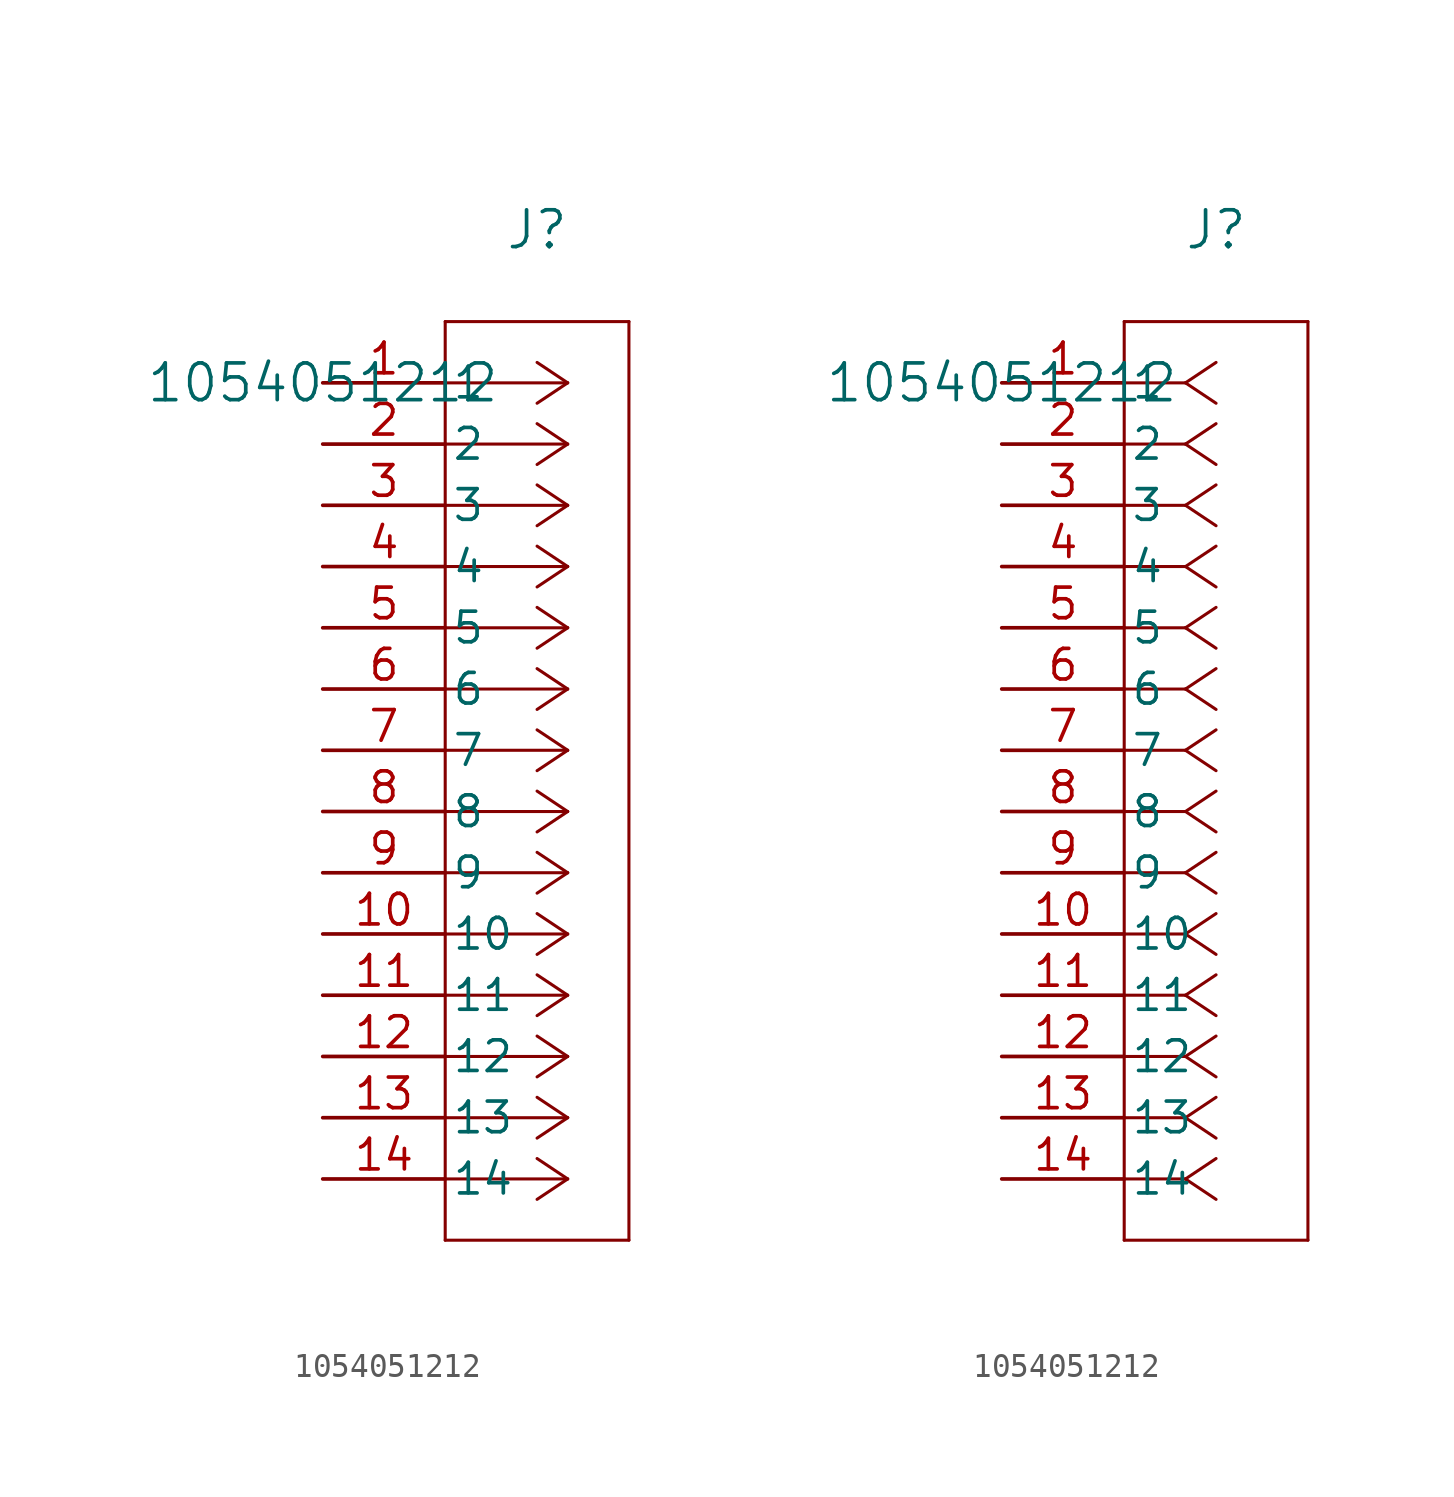
<source format=kicad_sym>
(kicad_symbol_lib
  (version 20211014)
  (generator kicad_symbol_editor)
  (symbol "1054051212"
    (pin_names
      (offset 0.254))
    (property "Reference" "J"
      (at 8.89 6.35 0)
      (effects (font (size 1.524 1.524))))
    (property "Value" "1054051212"
      (at 0 0 0)
      (effects (font (size 1.524 1.524))))
    (symbol "1054051212_1_1"
      (polyline (pts (xy 10.16 0) (xy 5.08 0)) (stroke (width 0.127) (type default) (color 0 0 0 0)) (fill (type none)))
      (polyline (pts (xy 10.16 -2.54) (xy 5.08 -2.54)) (stroke (width 0.127) (type default) (color 0 0 0 0)) (fill (type none)))
      (polyline (pts (xy 10.16 -5.08) (xy 5.08 -5.08)) (stroke (width 0.127) (type default) (color 0 0 0 0)) (fill (type none)))
      (polyline (pts (xy 10.16 -7.62) (xy 5.08 -7.62)) (stroke (width 0.127) (type default) (color 0 0 0 0)) (fill (type none)))
      (polyline (pts (xy 10.16 -10.16) (xy 5.08 -10.16)) (stroke (width 0.127) (type default) (color 0 0 0 0)) (fill (type none)))
      (polyline (pts (xy 10.16 -12.7) (xy 5.08 -12.7)) (stroke (width 0.127) (type default) (color 0 0 0 0)) (fill (type none)))
      (polyline (pts (xy 10.16 -15.24) (xy 5.08 -15.24)) (stroke (width 0.127) (type default) (color 0 0 0 0)) (fill (type none)))
      (polyline (pts (xy 10.16 -17.78) (xy 5.08 -17.78)) (stroke (width 0.127) (type default) (color 0 0 0 0)) (fill (type none)))
      (polyline (pts (xy 10.16 -20.32) (xy 5.08 -20.32)) (stroke (width 0.127) (type default) (color 0 0 0 0)) (fill (type none)))
      (polyline (pts (xy 10.16 -22.86) (xy 5.08 -22.86)) (stroke (width 0.127) (type default) (color 0 0 0 0)) (fill (type none)))
      (polyline (pts (xy 10.16 -25.4) (xy 5.08 -25.4)) (stroke (width 0.127) (type default) (color 0 0 0 0)) (fill (type none)))
      (polyline (pts (xy 10.16 -27.94) (xy 5.08 -27.94)) (stroke (width 0.127) (type default) (color 0 0 0 0)) (fill (type none)))
      (polyline (pts (xy 10.16 -30.48) (xy 5.08 -30.48)) (stroke (width 0.127) (type default) (color 0 0 0 0)) (fill (type none)))
      (polyline (pts (xy 10.16 -33.02) (xy 5.08 -33.02)) (stroke (width 0.127) (type default) (color 0 0 0 0)) (fill (type none)))
      (polyline (pts (xy 10.16 0) (xy 8.89 0.847)) (stroke (width 0.127) (type default) (color 0 0 0 0)) (fill (type none)))
      (polyline (pts (xy 10.16 -2.54) (xy 8.89 -1.693)) (stroke (width 0.127) (type default) (color 0 0 0 0)) (fill (type none)))
      (polyline (pts (xy 10.16 -5.08) (xy 8.89 -4.233)) (stroke (width 0.127) (type default) (color 0 0 0 0)) (fill (type none)))
      (polyline (pts (xy 10.16 -7.62) (xy 8.89 -6.773)) (stroke (width 0.127) (type default) (color 0 0 0 0)) (fill (type none)))
      (polyline (pts (xy 10.16 -10.16) (xy 8.89 -9.313)) (stroke (width 0.127) (type default) (color 0 0 0 0)) (fill (type none)))
      (polyline (pts (xy 10.16 -12.7) (xy 8.89 -11.853)) (stroke (width 0.127) (type default) (color 0 0 0 0)) (fill (type none)))
      (polyline (pts (xy 10.16 -15.24) (xy 8.89 -14.393)) (stroke (width 0.127) (type default) (color 0 0 0 0)) (fill (type none)))
      (polyline (pts (xy 10.16 -17.78) (xy 8.89 -16.933)) (stroke (width 0.127) (type default) (color 0 0 0 0)) (fill (type none)))
      (polyline (pts (xy 10.16 -20.32) (xy 8.89 -19.473)) (stroke (width 0.127) (type default) (color 0 0 0 0)) (fill (type none)))
      (polyline (pts (xy 10.16 -22.86) (xy 8.89 -22.013)) (stroke (width 0.127) (type default) (color 0 0 0 0)) (fill (type none)))
      (polyline (pts (xy 10.16 -25.4) (xy 8.89 -24.553)) (stroke (width 0.127) (type default) (color 0 0 0 0)) (fill (type none)))
      (polyline (pts (xy 10.16 -27.94) (xy 8.89 -27.093)) (stroke (width 0.127) (type default) (color 0 0 0 0)) (fill (type none)))
      (polyline (pts (xy 10.16 -30.48) (xy 8.89 -29.633)) (stroke (width 0.127) (type default) (color 0 0 0 0)) (fill (type none)))
      (polyline (pts (xy 10.16 -33.02) (xy 8.89 -32.173)) (stroke (width 0.127) (type default) (color 0 0 0 0)) (fill (type none)))
      (polyline (pts (xy 10.16 0) (xy 8.89 -0.847)) (stroke (width 0.127) (type default) (color 0 0 0 0)) (fill (type none)))
      (polyline (pts (xy 10.16 -2.54) (xy 8.89 -3.387)) (stroke (width 0.127) (type default) (color 0 0 0 0)) (fill (type none)))
      (polyline (pts (xy 10.16 -5.08) (xy 8.89 -5.927)) (stroke (width 0.127) (type default) (color 0 0 0 0)) (fill (type none)))
      (polyline (pts (xy 10.16 -7.62) (xy 8.89 -8.467)) (stroke (width 0.127) (type default) (color 0 0 0 0)) (fill (type none)))
      (polyline (pts (xy 10.16 -10.16) (xy 8.89 -11.007)) (stroke (width 0.127) (type default) (color 0 0 0 0)) (fill (type none)))
      (polyline (pts (xy 10.16 -12.7) (xy 8.89 -13.547)) (stroke (width 0.127) (type default) (color 0 0 0 0)) (fill (type none)))
      (polyline (pts (xy 10.16 -15.24) (xy 8.89 -16.087)) (stroke (width 0.127) (type default) (color 0 0 0 0)) (fill (type none)))
      (polyline (pts (xy 10.16 -17.78) (xy 8.89 -18.627)) (stroke (width 0.127) (type default) (color 0 0 0 0)) (fill (type none)))
      (polyline (pts (xy 10.16 -20.32) (xy 8.89 -21.167)) (stroke (width 0.127) (type default) (color 0 0 0 0)) (fill (type none)))
      (polyline (pts (xy 10.16 -22.86) (xy 8.89 -23.707)) (stroke (width 0.127) (type default) (color 0 0 0 0)) (fill (type none)))
      (polyline (pts (xy 10.16 -25.4) (xy 8.89 -26.247)) (stroke (width 0.127) (type default) (color 0 0 0 0)) (fill (type none)))
      (polyline (pts (xy 10.16 -27.94) (xy 8.89 -28.787)) (stroke (width 0.127) (type default) (color 0 0 0 0)) (fill (type none)))
      (polyline (pts (xy 10.16 -30.48) (xy 8.89 -31.327)) (stroke (width 0.127) (type default) (color 0 0 0 0)) (fill (type none)))
      (polyline (pts (xy 10.16 -33.02) (xy 8.89 -33.867)) (stroke (width 0.127) (type default) (color 0 0 0 0)) (fill (type none)))
      (polyline (pts (xy 5.08 2.54) (xy 5.08 -35.56)) (stroke (width 0.127) (type default) (color 0 0 0 0)) (fill (type none)))
      (polyline (pts (xy 5.08 -35.56) (xy 12.7 -35.56)) (stroke (width 0.127) (type default) (color 0 0 0 0)) (fill (type none)))
      (polyline (pts (xy 12.7 -35.56) (xy 12.7 2.54)) (stroke (width 0.127) (type default) (color 0 0 0 0)) (fill (type none)))
      (polyline (pts (xy 12.7 2.54) (xy 5.08 2.54)) (stroke (width 0.127) (type default) (color 0 0 0 0)) (fill (type none)))
      (pin unspecified line (at 0 0 0) (length 5.08) (name "1" (effects (font (size 1.27 1.27)))) (number "1" (effects (font (size 1.27 1.27)))))
      (pin unspecified line (at 0 -2.54 0) (length 5.08) (name "2" (effects (font (size 1.27 1.27)))) (number "2" (effects (font (size 1.27 1.27)))))
      (pin unspecified line (at 0 -5.08 0) (length 5.08) (name "3" (effects (font (size 1.27 1.27)))) (number "3" (effects (font (size 1.27 1.27)))))
      (pin unspecified line (at 0 -7.62 0) (length 5.08) (name "4" (effects (font (size 1.27 1.27)))) (number "4" (effects (font (size 1.27 1.27)))))
      (pin unspecified line (at 0 -10.16 0) (length 5.08) (name "5" (effects (font (size 1.27 1.27)))) (number "5" (effects (font (size 1.27 1.27)))))
      (pin unspecified line (at 0 -12.7 0) (length 5.08) (name "6" (effects (font (size 1.27 1.27)))) (number "6" (effects (font (size 1.27 1.27)))))
      (pin unspecified line (at 0 -15.24 0) (length 5.08) (name "7" (effects (font (size 1.27 1.27)))) (number "7" (effects (font (size 1.27 1.27)))))
      (pin unspecified line (at 0 -17.78 0) (length 5.08) (name "8" (effects (font (size 1.27 1.27)))) (number "8" (effects (font (size 1.27 1.27)))))
      (pin unspecified line (at 0 -20.32 0) (length 5.08) (name "9" (effects (font (size 1.27 1.27)))) (number "9" (effects (font (size 1.27 1.27)))))
      (pin unspecified line (at 0 -22.86 0) (length 5.08) (name "10" (effects (font (size 1.27 1.27)))) (number "10" (effects (font (size 1.27 1.27)))))
      (pin unspecified line (at 0 -25.4 0) (length 5.08) (name "11" (effects (font (size 1.27 1.27)))) (number "11" (effects (font (size 1.27 1.27)))))
      (pin unspecified line (at 0 -27.94 0) (length 5.08) (name "12" (effects (font (size 1.27 1.27)))) (number "12" (effects (font (size 1.27 1.27)))))
      (pin unspecified line (at 0 -30.48 0) (length 5.08) (name "13" (effects (font (size 1.27 1.27)))) (number "13" (effects (font (size 1.27 1.27)))))
      (pin unspecified line (at 0 -33.02 0) (length 5.08) (name "14" (effects (font (size 1.27 1.27)))) (number "14" (effects (font (size 1.27 1.27))))))
    (symbol "1054051212_1_2"
      (polyline (pts (xy 7.62 0) (xy 5.08 0)) (stroke (width 0.127) (type default) (color 0 0 0 0)) (fill (type none)))
      (polyline (pts (xy 7.62 -2.54) (xy 5.08 -2.54)) (stroke (width 0.127) (type default) (color 0 0 0 0)) (fill (type none)))
      (polyline (pts (xy 7.62 -5.08) (xy 5.08 -5.08)) (stroke (width 0.127) (type default) (color 0 0 0 0)) (fill (type none)))
      (polyline (pts (xy 7.62 -7.62) (xy 5.08 -7.62)) (stroke (width 0.127) (type default) (color 0 0 0 0)) (fill (type none)))
      (polyline (pts (xy 7.62 -10.16) (xy 5.08 -10.16)) (stroke (width 0.127) (type default) (color 0 0 0 0)) (fill (type none)))
      (polyline (pts (xy 7.62 -12.7) (xy 5.08 -12.7)) (stroke (width 0.127) (type default) (color 0 0 0 0)) (fill (type none)))
      (polyline (pts (xy 7.62 -15.24) (xy 5.08 -15.24)) (stroke (width 0.127) (type default) (color 0 0 0 0)) (fill (type none)))
      (polyline (pts (xy 7.62 -17.78) (xy 5.08 -17.78)) (stroke (width 0.127) (type default) (color 0 0 0 0)) (fill (type none)))
      (polyline (pts (xy 7.62 -20.32) (xy 5.08 -20.32)) (stroke (width 0.127) (type default) (color 0 0 0 0)) (fill (type none)))
      (polyline (pts (xy 7.62 -22.86) (xy 5.08 -22.86)) (stroke (width 0.127) (type default) (color 0 0 0 0)) (fill (type none)))
      (polyline (pts (xy 7.62 -25.4) (xy 5.08 -25.4)) (stroke (width 0.127) (type default) (color 0 0 0 0)) (fill (type none)))
      (polyline (pts (xy 7.62 -27.94) (xy 5.08 -27.94)) (stroke (width 0.127) (type default) (color 0 0 0 0)) (fill (type none)))
      (polyline (pts (xy 7.62 -30.48) (xy 5.08 -30.48)) (stroke (width 0.127) (type default) (color 0 0 0 0)) (fill (type none)))
      (polyline (pts (xy 7.62 -33.02) (xy 5.08 -33.02)) (stroke (width 0.127) (type default) (color 0 0 0 0)) (fill (type none)))
      (polyline (pts (xy 7.62 0) (xy 8.89 0.847)) (stroke (width 0.127) (type default) (color 0 0 0 0)) (fill (type none)))
      (polyline (pts (xy 7.62 -2.54) (xy 8.89 -1.693)) (stroke (width 0.127) (type default) (color 0 0 0 0)) (fill (type none)))
      (polyline (pts (xy 7.62 -5.08) (xy 8.89 -4.233)) (stroke (width 0.127) (type default) (color 0 0 0 0)) (fill (type none)))
      (polyline (pts (xy 7.62 -7.62) (xy 8.89 -6.773)) (stroke (width 0.127) (type default) (color 0 0 0 0)) (fill (type none)))
      (polyline (pts (xy 7.62 -10.16) (xy 8.89 -9.313)) (stroke (width 0.127) (type default) (color 0 0 0 0)) (fill (type none)))
      (polyline (pts (xy 7.62 -12.7) (xy 8.89 -11.853)) (stroke (width 0.127) (type default) (color 0 0 0 0)) (fill (type none)))
      (polyline (pts (xy 7.62 -15.24) (xy 8.89 -14.393)) (stroke (width 0.127) (type default) (color 0 0 0 0)) (fill (type none)))
      (polyline (pts (xy 7.62 -17.78) (xy 8.89 -16.933)) (stroke (width 0.127) (type default) (color 0 0 0 0)) (fill (type none)))
      (polyline (pts (xy 7.62 -20.32) (xy 8.89 -19.473)) (stroke (width 0.127) (type default) (color 0 0 0 0)) (fill (type none)))
      (polyline (pts (xy 7.62 -22.86) (xy 8.89 -22.013)) (stroke (width 0.127) (type default) (color 0 0 0 0)) (fill (type none)))
      (polyline (pts (xy 7.62 -25.4) (xy 8.89 -24.553)) (stroke (width 0.127) (type default) (color 0 0 0 0)) (fill (type none)))
      (polyline (pts (xy 7.62 -27.94) (xy 8.89 -27.093)) (stroke (width 0.127) (type default) (color 0 0 0 0)) (fill (type none)))
      (polyline (pts (xy 7.62 -30.48) (xy 8.89 -29.633)) (stroke (width 0.127) (type default) (color 0 0 0 0)) (fill (type none)))
      (polyline (pts (xy 7.62 -33.02) (xy 8.89 -32.173)) (stroke (width 0.127) (type default) (color 0 0 0 0)) (fill (type none)))
      (polyline (pts (xy 7.62 0) (xy 8.89 -0.847)) (stroke (width 0.127) (type default) (color 0 0 0 0)) (fill (type none)))
      (polyline (pts (xy 7.62 -2.54) (xy 8.89 -3.387)) (stroke (width 0.127) (type default) (color 0 0 0 0)) (fill (type none)))
      (polyline (pts (xy 7.62 -5.08) (xy 8.89 -5.927)) (stroke (width 0.127) (type default) (color 0 0 0 0)) (fill (type none)))
      (polyline (pts (xy 7.62 -7.62) (xy 8.89 -8.467)) (stroke (width 0.127) (type default) (color 0 0 0 0)) (fill (type none)))
      (polyline (pts (xy 7.62 -10.16) (xy 8.89 -11.007)) (stroke (width 0.127) (type default) (color 0 0 0 0)) (fill (type none)))
      (polyline (pts (xy 7.62 -12.7) (xy 8.89 -13.547)) (stroke (width 0.127) (type default) (color 0 0 0 0)) (fill (type none)))
      (polyline (pts (xy 7.62 -15.24) (xy 8.89 -16.087)) (stroke (width 0.127) (type default) (color 0 0 0 0)) (fill (type none)))
      (polyline (pts (xy 7.62 -17.78) (xy 8.89 -18.627)) (stroke (width 0.127) (type default) (color 0 0 0 0)) (fill (type none)))
      (polyline (pts (xy 7.62 -20.32) (xy 8.89 -21.167)) (stroke (width 0.127) (type default) (color 0 0 0 0)) (fill (type none)))
      (polyline (pts (xy 7.62 -22.86) (xy 8.89 -23.707)) (stroke (width 0.127) (type default) (color 0 0 0 0)) (fill (type none)))
      (polyline (pts (xy 7.62 -25.4) (xy 8.89 -26.247)) (stroke (width 0.127) (type default) (color 0 0 0 0)) (fill (type none)))
      (polyline (pts (xy 7.62 -27.94) (xy 8.89 -28.787)) (stroke (width 0.127) (type default) (color 0 0 0 0)) (fill (type none)))
      (polyline (pts (xy 7.62 -30.48) (xy 8.89 -31.327)) (stroke (width 0.127) (type default) (color 0 0 0 0)) (fill (type none)))
      (polyline (pts (xy 7.62 -33.02) (xy 8.89 -33.867)) (stroke (width 0.127) (type default) (color 0 0 0 0)) (fill (type none)))
      (polyline (pts (xy 5.08 2.54) (xy 5.08 -35.56)) (stroke (width 0.127) (type default) (color 0 0 0 0)) (fill (type none)))
      (polyline (pts (xy 5.08 -35.56) (xy 12.7 -35.56)) (stroke (width 0.127) (type default) (color 0 0 0 0)) (fill (type none)))
      (polyline (pts (xy 12.7 -35.56) (xy 12.7 2.54)) (stroke (width 0.127) (type default) (color 0 0 0 0)) (fill (type none)))
      (polyline (pts (xy 12.7 2.54) (xy 5.08 2.54)) (stroke (width 0.127) (type default) (color 0 0 0 0)) (fill (type none)))
      (pin unspecified line (at 0 0 0) (length 5.08) (name "1" (effects (font (size 1.27 1.27)))) (number "1" (effects (font (size 1.27 1.27)))))
      (pin unspecified line (at 0 -2.54 0) (length 5.08) (name "2" (effects (font (size 1.27 1.27)))) (number "2" (effects (font (size 1.27 1.27)))))
      (pin unspecified line (at 0 -5.08 0) (length 5.08) (name "3" (effects (font (size 1.27 1.27)))) (number "3" (effects (font (size 1.27 1.27)))))
      (pin unspecified line (at 0 -7.62 0) (length 5.08) (name "4" (effects (font (size 1.27 1.27)))) (number "4" (effects (font (size 1.27 1.27)))))
      (pin unspecified line (at 0 -10.16 0) (length 5.08) (name "5" (effects (font (size 1.27 1.27)))) (number "5" (effects (font (size 1.27 1.27)))))
      (pin unspecified line (at 0 -12.7 0) (length 5.08) (name "6" (effects (font (size 1.27 1.27)))) (number "6" (effects (font (size 1.27 1.27)))))
      (pin unspecified line (at 0 -15.24 0) (length 5.08) (name "7" (effects (font (size 1.27 1.27)))) (number "7" (effects (font (size 1.27 1.27)))))
      (pin unspecified line (at 0 -17.78 0) (length 5.08) (name "8" (effects (font (size 1.27 1.27)))) (number "8" (effects (font (size 1.27 1.27)))))
      (pin unspecified line (at 0 -20.32 0) (length 5.08) (name "9" (effects (font (size 1.27 1.27)))) (number "9" (effects (font (size 1.27 1.27)))))
      (pin unspecified line (at 0 -22.86 0) (length 5.08) (name "10" (effects (font (size 1.27 1.27)))) (number "10" (effects (font (size 1.27 1.27)))))
      (pin unspecified line (at 0 -25.4 0) (length 5.08) (name "11" (effects (font (size 1.27 1.27)))) (number "11" (effects (font (size 1.27 1.27)))))
      (pin unspecified line (at 0 -27.94 0) (length 5.08) (name "12" (effects (font (size 1.27 1.27)))) (number "12" (effects (font (size 1.27 1.27)))))
      (pin unspecified line (at 0 -30.48 0) (length 5.08) (name "13" (effects (font (size 1.27 1.27)))) (number "13" (effects (font (size 1.27 1.27)))))
      (pin unspecified line (at 0 -33.02 0) (length 5.08) (name "14" (effects (font (size 1.27 1.27)))) (number "14" (effects (font (size 1.27 1.27))))))))
</source>
